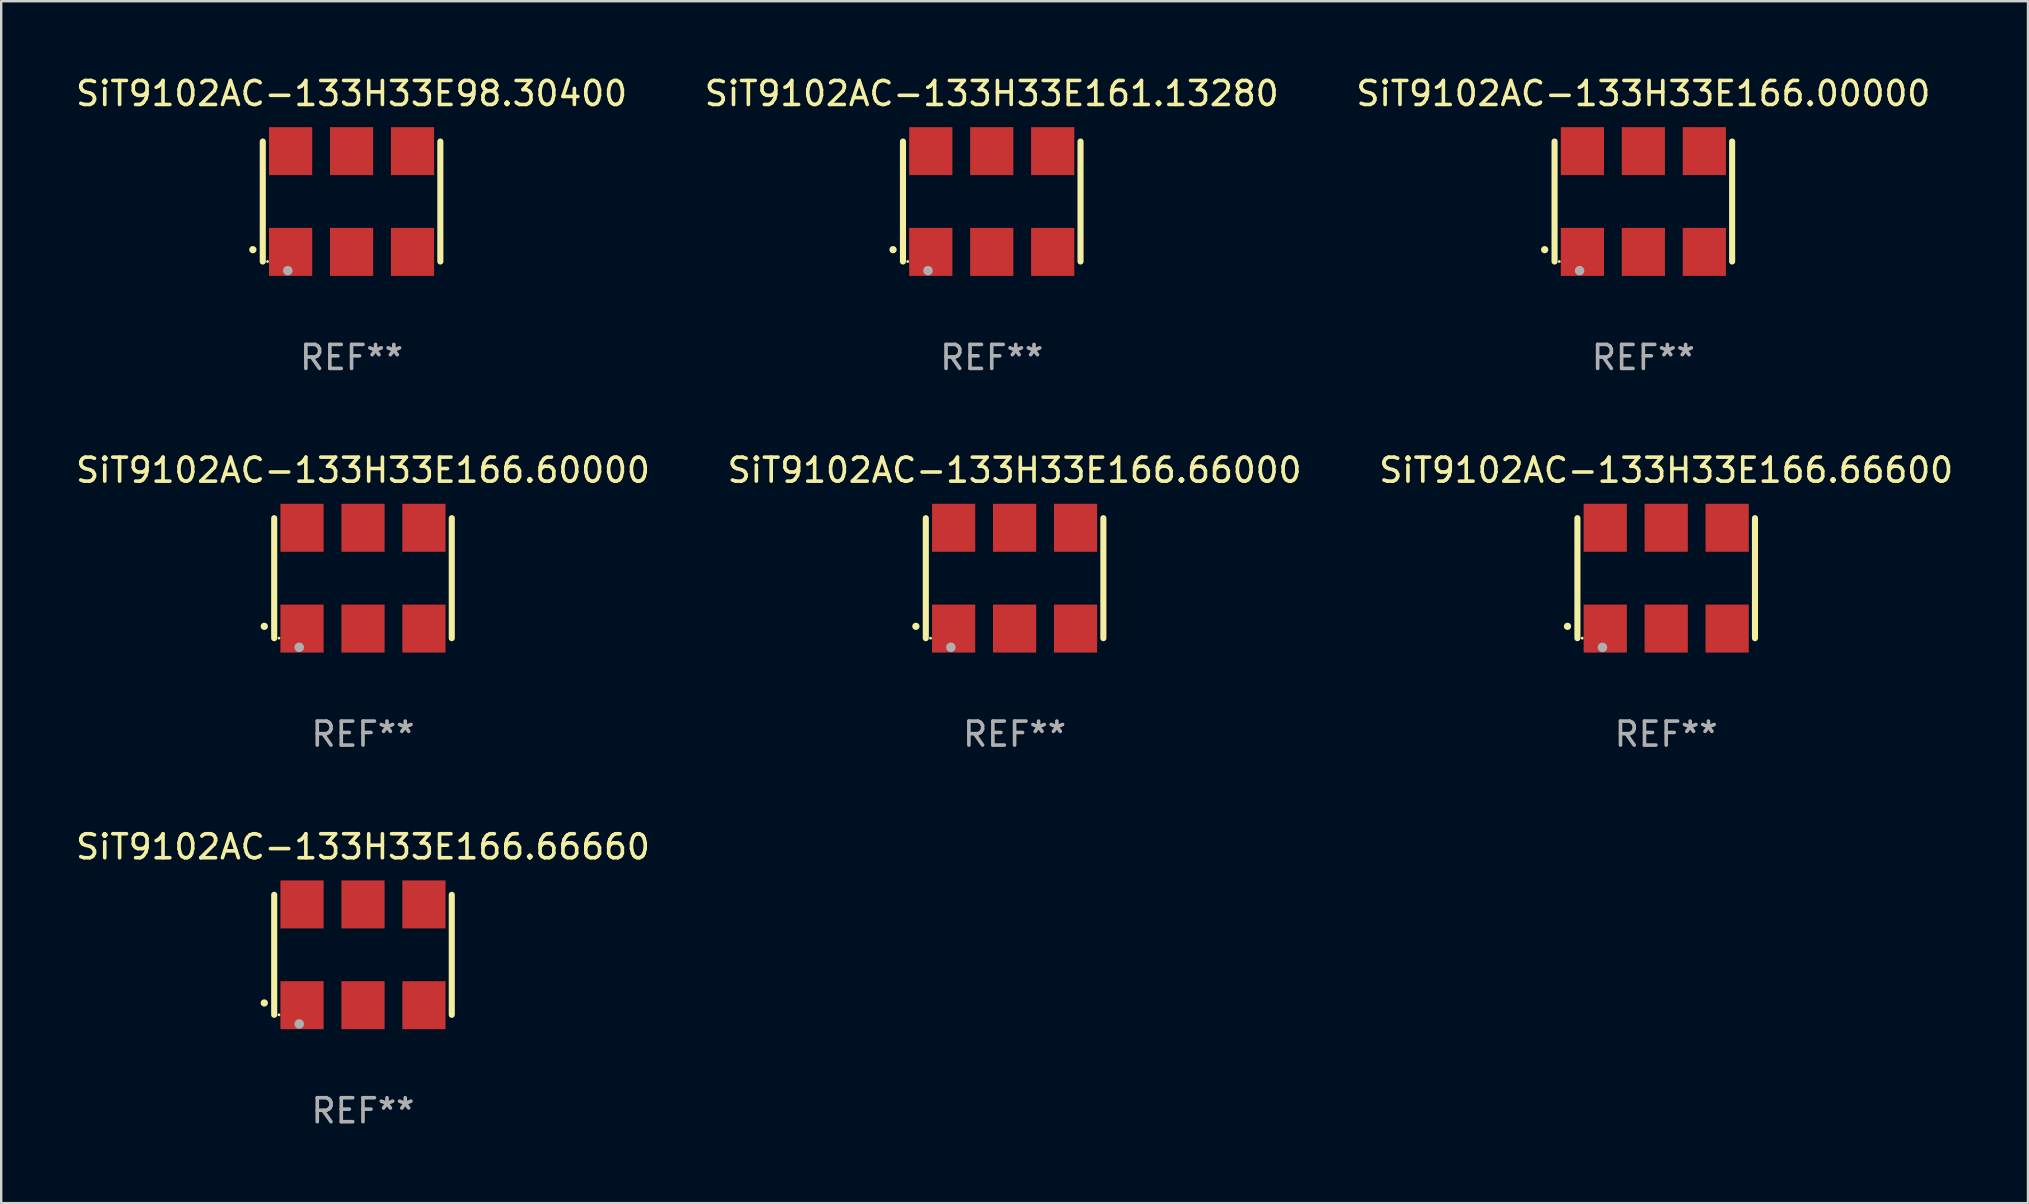
<source format=kicad_pcb>
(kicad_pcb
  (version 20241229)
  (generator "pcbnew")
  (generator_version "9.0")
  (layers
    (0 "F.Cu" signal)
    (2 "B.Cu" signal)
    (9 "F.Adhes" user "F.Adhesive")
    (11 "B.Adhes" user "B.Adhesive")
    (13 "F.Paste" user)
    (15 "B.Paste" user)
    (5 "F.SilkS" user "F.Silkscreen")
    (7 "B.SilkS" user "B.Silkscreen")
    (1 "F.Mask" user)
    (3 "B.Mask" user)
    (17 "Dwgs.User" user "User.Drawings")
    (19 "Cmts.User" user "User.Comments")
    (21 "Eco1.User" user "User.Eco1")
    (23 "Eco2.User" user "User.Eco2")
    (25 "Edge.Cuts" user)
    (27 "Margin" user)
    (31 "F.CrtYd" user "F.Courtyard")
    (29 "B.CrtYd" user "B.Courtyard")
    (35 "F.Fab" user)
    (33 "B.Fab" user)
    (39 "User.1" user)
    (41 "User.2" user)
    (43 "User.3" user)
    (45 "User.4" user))
  (footprint "SiT9102AC-133H33E166.00000"
    (layer "F.Cu")
    (at 65.435 5.348)
    (property "Reference" "SiT9102AC-133H33E166.00000" (at 0 -4.5 0) (layer "F.SilkS") (effects (font (size 1 1) (thickness 0.15))))
    (attr through_hole)
    (fp_line (start -3.7 -2.5) (end -3.7 2.5) (stroke (width 0.254) (type solid)) (layer "F.SilkS"))
    (fp_line (start 3.7 -2.5) (end 3.7 2.5) (stroke (width 0.254) (type solid)) (layer "F.SilkS"))
    (fp_arc (start -4.114415 2.006604) (mid -4.113145 2.006599) (end -4.111875 2.006604) (stroke (width 0.3) (type solid)) (layer "F.SilkS"))
    (fp_circle (center -3.502 2.5) (end -3.472 2.5) (stroke (width 0.06) (type solid)) (fill no) (layer "F.SilkS"))
    (fp_circle (center -2.657 2.882) (end -2.557 2.882) (stroke (width 0.2) (type solid)) (fill no) (layer "F.Fab"))
    (fp_text user "REF**" (at 0 6.5 0) (layer "F.Fab") (effects (font (size 1 1) (thickness 0.15))))
    (pad "1" smd rect (at -2.54 2.1) (size 1.8 2) (layers "F.Cu" "F.Mask" "F.Paste"))
    (pad "2" smd rect (at 0.000394 2.1) (size 1.8 2) (layers "F.Cu" "F.Mask" "F.Paste"))
    (pad "3" smd rect (at 2.54 2.1) (size 1.8 2) (layers "F.Cu" "F.Mask" "F.Paste"))
    (pad "4" smd rect (at 2.54 -2.1) (size 1.8 2) (layers "F.Cu" "F.Mask" "F.Paste"))
    (pad "5" smd rect (at 0.000394 -2.1) (size 1.8 2) (layers "F.Cu" "F.Mask" "F.Paste"))
    (pad "6" smd rect (at -2.54 -2.1) (size 1.8 2) (layers "F.Cu" "F.Mask" "F.Paste")))
  (footprint "SiT9102AC-133H33E166.66000"
    (layer "F.Cu")
    (at 39.232 21.045)
    (property "Reference" "SiT9102AC-133H33E166.66000" (at 0 -4.5 0) (layer "F.SilkS") (effects (font (size 1 1) (thickness 0.15))))
    (attr through_hole)
    (fp_line (start -3.7 -2.5) (end -3.7 2.5) (stroke (width 0.254) (type solid)) (layer "F.SilkS"))
    (fp_line (start 3.7 -2.5) (end 3.7 2.5) (stroke (width 0.254) (type solid)) (layer "F.SilkS"))
    (fp_arc (start -4.114415 2.006604) (mid -4.113145 2.006599) (end -4.111875 2.006604) (stroke (width 0.3) (type solid)) (layer "F.SilkS"))
    (fp_circle (center -3.502 2.5) (end -3.472 2.5) (stroke (width 0.06) (type solid)) (fill no) (layer "F.SilkS"))
    (fp_circle (center -2.657 2.882) (end -2.557 2.882) (stroke (width 0.2) (type solid)) (fill no) (layer "F.Fab"))
    (fp_text user "REF**" (at 0 6.5 0) (layer "F.Fab") (effects (font (size 1 1) (thickness 0.15))))
    (pad "1" smd rect (at -2.54 2.1) (size 1.8 2) (layers "F.Cu" "F.Mask" "F.Paste"))
    (pad "2" smd rect (at 0.000394 2.1) (size 1.8 2) (layers "F.Cu" "F.Mask" "F.Paste"))
    (pad "3" smd rect (at 2.54 2.1) (size 1.8 2) (layers "F.Cu" "F.Mask" "F.Paste"))
    (pad "4" smd rect (at 2.54 -2.1) (size 1.8 2) (layers "F.Cu" "F.Mask" "F.Paste"))
    (pad "5" smd rect (at 0.000394 -2.1) (size 1.8 2) (layers "F.Cu" "F.Mask" "F.Paste"))
    (pad "6" smd rect (at -2.54 -2.1) (size 1.8 2) (layers "F.Cu" "F.Mask" "F.Paste")))
  (footprint "SiT9102AC-133H33E161.13280"
    (layer "F.Cu")
    (at 38.28 5.348)
    (property "Reference" "SiT9102AC-133H33E161.13280" (at 0 -4.5 0) (layer "F.SilkS") (effects (font (size 1 1) (thickness 0.15))))
    (attr through_hole)
    (fp_line (start -3.7 -2.5) (end -3.7 2.5) (stroke (width 0.254) (type solid)) (layer "F.SilkS"))
    (fp_line (start 3.7 -2.5) (end 3.7 2.5) (stroke (width 0.254) (type solid)) (layer "F.SilkS"))
    (fp_arc (start -4.114415 2.006604) (mid -4.113145 2.006599) (end -4.111875 2.006604) (stroke (width 0.3) (type solid)) (layer "F.SilkS"))
    (fp_circle (center -3.502 2.5) (end -3.472 2.5) (stroke (width 0.06) (type solid)) (fill no) (layer "F.SilkS"))
    (fp_circle (center -2.657 2.882) (end -2.557 2.882) (stroke (width 0.2) (type solid)) (fill no) (layer "F.Fab"))
    (fp_text user "REF**" (at 0 6.5 0) (layer "F.Fab") (effects (font (size 1 1) (thickness 0.15))))
    (pad "1" smd rect (at -2.54 2.1) (size 1.8 2) (layers "F.Cu" "F.Mask" "F.Paste"))
    (pad "2" smd rect (at 0.000394 2.1) (size 1.8 2) (layers "F.Cu" "F.Mask" "F.Paste"))
    (pad "3" smd rect (at 2.54 2.1) (size 1.8 2) (layers "F.Cu" "F.Mask" "F.Paste"))
    (pad "4" smd rect (at 2.54 -2.1) (size 1.8 2) (layers "F.Cu" "F.Mask" "F.Paste"))
    (pad "5" smd rect (at 0.000394 -2.1) (size 1.8 2) (layers "F.Cu" "F.Mask" "F.Paste"))
    (pad "6" smd rect (at -2.54 -2.1) (size 1.8 2) (layers "F.Cu" "F.Mask" "F.Paste")))
  (footprint "SiT9102AC-133H33E166.60000"
    (layer "F.Cu")
    (at 12.077 21.045)
    (property "Reference" "SiT9102AC-133H33E166.60000" (at 0 -4.5 0) (layer "F.SilkS") (effects (font (size 1 1) (thickness 0.15))))
    (attr through_hole)
    (fp_line (start -3.7 -2.5) (end -3.7 2.5) (stroke (width 0.254) (type solid)) (layer "F.SilkS"))
    (fp_line (start 3.7 -2.5) (end 3.7 2.5) (stroke (width 0.254) (type solid)) (layer "F.SilkS"))
    (fp_arc (start -4.114415 2.006604) (mid -4.113145 2.006599) (end -4.111875 2.006604) (stroke (width 0.3) (type solid)) (layer "F.SilkS"))
    (fp_circle (center -3.502 2.5) (end -3.472 2.5) (stroke (width 0.06) (type solid)) (fill no) (layer "F.SilkS"))
    (fp_circle (center -2.657 2.882) (end -2.557 2.882) (stroke (width 0.2) (type solid)) (fill no) (layer "F.Fab"))
    (fp_text user "REF**" (at 0 6.5 0) (layer "F.Fab") (effects (font (size 1 1) (thickness 0.15))))
    (pad "1" smd rect (at -2.54 2.1) (size 1.8 2) (layers "F.Cu" "F.Mask" "F.Paste"))
    (pad "2" smd rect (at 0.000394 2.1) (size 1.8 2) (layers "F.Cu" "F.Mask" "F.Paste"))
    (pad "3" smd rect (at 2.54 2.1) (size 1.8 2) (layers "F.Cu" "F.Mask" "F.Paste"))
    (pad "4" smd rect (at 2.54 -2.1) (size 1.8 2) (layers "F.Cu" "F.Mask" "F.Paste"))
    (pad "5" smd rect (at 0.000394 -2.1) (size 1.8 2) (layers "F.Cu" "F.Mask" "F.Paste"))
    (pad "6" smd rect (at -2.54 -2.1) (size 1.8 2) (layers "F.Cu" "F.Mask" "F.Paste")))
  (footprint "SiT9102AC-133H33E98.30400"
    (layer "F.Cu")
    (at 11.601 5.348)
    (property "Reference" "SiT9102AC-133H33E98.30400" (at 0 -4.5 0) (layer "F.SilkS") (effects (font (size 1 1) (thickness 0.15))))
    (attr through_hole)
    (fp_line (start -3.7 -2.5) (end -3.7 2.5) (stroke (width 0.254) (type solid)) (layer "F.SilkS"))
    (fp_line (start 3.7 -2.5) (end 3.7 2.5) (stroke (width 0.254) (type solid)) (layer "F.SilkS"))
    (fp_arc (start -4.114415 2.006604) (mid -4.113145 2.006599) (end -4.111875 2.006604) (stroke (width 0.3) (type solid)) (layer "F.SilkS"))
    (fp_circle (center -3.502 2.5) (end -3.472 2.5) (stroke (width 0.06) (type solid)) (fill no) (layer "F.SilkS"))
    (fp_circle (center -2.657 2.882) (end -2.557 2.882) (stroke (width 0.2) (type solid)) (fill no) (layer "F.Fab"))
    (fp_text user "REF**" (at 0 6.5 0) (layer "F.Fab") (effects (font (size 1 1) (thickness 0.15))))
    (pad "1" smd rect (at -2.54 2.1) (size 1.8 2) (layers "F.Cu" "F.Mask" "F.Paste"))
    (pad "2" smd rect (at 0.000394 2.1) (size 1.8 2) (layers "F.Cu" "F.Mask" "F.Paste"))
    (pad "3" smd rect (at 2.54 2.1) (size 1.8 2) (layers "F.Cu" "F.Mask" "F.Paste"))
    (pad "4" smd rect (at 2.54 -2.1) (size 1.8 2) (layers "F.Cu" "F.Mask" "F.Paste"))
    (pad "5" smd rect (at 0.000394 -2.1) (size 1.8 2) (layers "F.Cu" "F.Mask" "F.Paste"))
    (pad "6" smd rect (at -2.54 -2.1) (size 1.8 2) (layers "F.Cu" "F.Mask" "F.Paste")))
  (footprint "SiT9102AC-133H33E166.66660"
    (layer "F.Cu")
    (at 12.077 36.741)
    (property "Reference" "SiT9102AC-133H33E166.66660" (at 0 -4.5 0) (layer "F.SilkS") (effects (font (size 1 1) (thickness 0.15))))
    (attr through_hole)
    (fp_line (start -3.7 -2.5) (end -3.7 2.5) (stroke (width 0.254) (type solid)) (layer "F.SilkS"))
    (fp_line (start 3.7 -2.5) (end 3.7 2.5) (stroke (width 0.254) (type solid)) (layer "F.SilkS"))
    (fp_arc (start -4.114415 2.006604) (mid -4.113145 2.006599) (end -4.111875 2.006604) (stroke (width 0.3) (type solid)) (layer "F.SilkS"))
    (fp_circle (center -3.502 2.5) (end -3.472 2.5) (stroke (width 0.06) (type solid)) (fill no) (layer "F.SilkS"))
    (fp_circle (center -2.657 2.882) (end -2.557 2.882) (stroke (width 0.2) (type solid)) (fill no) (layer "F.Fab"))
    (fp_text user "REF**" (at 0 6.5 0) (layer "F.Fab") (effects (font (size 1 1) (thickness 0.15))))
    (pad "1" smd rect (at -2.54 2.1) (size 1.8 2) (layers "F.Cu" "F.Mask" "F.Paste"))
    (pad "2" smd rect (at 0.000394 2.1) (size 1.8 2) (layers "F.Cu" "F.Mask" "F.Paste"))
    (pad "3" smd rect (at 2.54 2.1) (size 1.8 2) (layers "F.Cu" "F.Mask" "F.Paste"))
    (pad "4" smd rect (at 2.54 -2.1) (size 1.8 2) (layers "F.Cu" "F.Mask" "F.Paste"))
    (pad "5" smd rect (at 0.000394 -2.1) (size 1.8 2) (layers "F.Cu" "F.Mask" "F.Paste"))
    (pad "6" smd rect (at -2.54 -2.1) (size 1.8 2) (layers "F.Cu" "F.Mask" "F.Paste")))
  (footprint "SiT9102AC-133H33E166.66600"
    (layer "F.Cu")
    (at 66.387 21.045)
    (property "Reference" "SiT9102AC-133H33E166.66600" (at 0 -4.5 0) (layer "F.SilkS") (effects (font (size 1 1) (thickness 0.15))))
    (attr through_hole)
    (fp_line (start -3.7 -2.5) (end -3.7 2.5) (stroke (width 0.254) (type solid)) (layer "F.SilkS"))
    (fp_line (start 3.7 -2.5) (end 3.7 2.5) (stroke (width 0.254) (type solid)) (layer "F.SilkS"))
    (fp_arc (start -4.114415 2.006604) (mid -4.113145 2.006599) (end -4.111875 2.006604) (stroke (width 0.3) (type solid)) (layer "F.SilkS"))
    (fp_circle (center -3.502 2.5) (end -3.472 2.5) (stroke (width 0.06) (type solid)) (fill no) (layer "F.SilkS"))
    (fp_circle (center -2.657 2.882) (end -2.557 2.882) (stroke (width 0.2) (type solid)) (fill no) (layer "F.Fab"))
    (fp_text user "REF**" (at 0 6.5 0) (layer "F.Fab") (effects (font (size 1 1) (thickness 0.15))))
    (pad "1" smd rect (at -2.54 2.1) (size 1.8 2) (layers "F.Cu" "F.Mask" "F.Paste"))
    (pad "2" smd rect (at 0.000394 2.1) (size 1.8 2) (layers "F.Cu" "F.Mask" "F.Paste"))
    (pad "3" smd rect (at 2.54 2.1) (size 1.8 2) (layers "F.Cu" "F.Mask" "F.Paste"))
    (pad "4" smd rect (at 2.54 -2.1) (size 1.8 2) (layers "F.Cu" "F.Mask" "F.Paste"))
    (pad "5" smd rect (at 0.000394 -2.1) (size 1.8 2) (layers "F.Cu" "F.Mask" "F.Paste"))
    (pad "6" smd rect (at -2.54 -2.1) (size 1.8 2) (layers "F.Cu" "F.Mask" "F.Paste")))
  (gr_rect
    (start -3 -3)
    (end 81.464 47.09)
    (stroke (width 0.1) (type default))
    (fill no)
    (layer "Edge.Cuts")))
</source>
